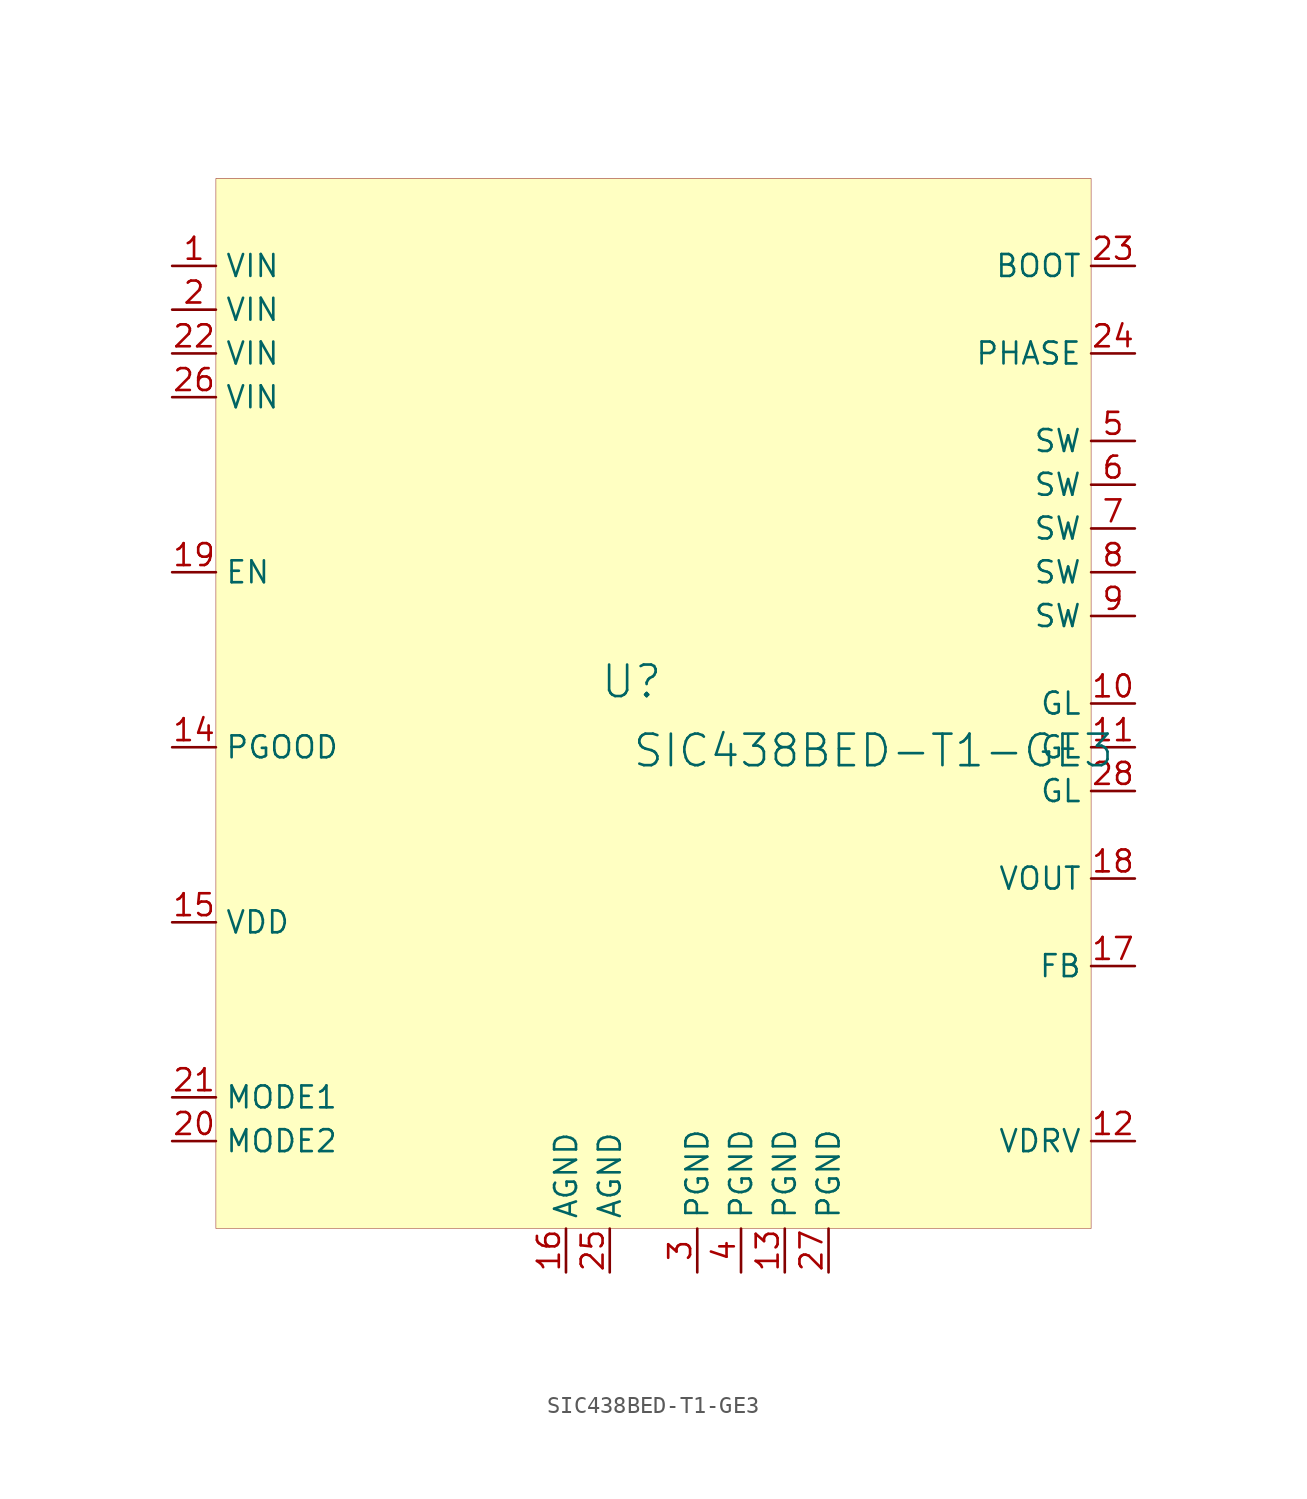
<source format=kicad_sym>
(kicad_symbol_lib
  (version 20231120)
  (generator "kicad_symbol_editor")
  (generator_version "8.0")
  (symbol "SIC438BED-T1-GE3"
    (property "Reference" "U"
      (at -1.27 1.27 0)
      (effects (font (size 1.829 1.829))))
    (property "Value" "SIC438BED-T1-GE3"
      (at -1.27 -3.81 0)
      (effects (font (size 1.829 1.829)) (justify left bottom)))
    (symbol "SIC438BED-T1-GE3_1_0"
      (rectangle (start 25.4 30.48) (end -25.4 -30.48) (stroke (width 0.025) (type solid) (color 128 0 0 1)) (fill (type background)))
      (pin power_in line (at -27.94 25.4 0) (length 2.54) (name "VIN" (effects (font (size 1.27 1.27)))) (number "1" (effects (font (size 1.27 1.27)))))
      (pin output line (at 27.94 0 180) (length 2.54) (name "GL" (effects (font (size 1.27 1.27)))) (number "10" (effects (font (size 1.27 1.27)))))
      (pin output line (at 27.94 -2.54 180) (length 2.54) (name "GL" (effects (font (size 1.27 1.27)))) (number "11" (effects (font (size 1.27 1.27)))))
      (pin power_in line (at 27.94 -25.4 180) (length 2.54) (name "VDRV" (effects (font (size 1.27 1.27)))) (number "12" (effects (font (size 1.27 1.27)))))
      (pin power_in line (at 7.62 -33.02 90) (length 2.54) (name "PGND" (effects (font (size 1.27 1.27)))) (number "13" (effects (font (size 1.27 1.27)))))
      (pin open_collector line (at -27.94 -2.54 0) (length 2.54) (name "PGOOD" (effects (font (size 1.27 1.27)))) (number "14" (effects (font (size 1.27 1.27)))))
      (pin power_in line (at -27.94 -12.7 0) (length 2.54) (name "VDD" (effects (font (size 1.27 1.27)))) (number "15" (effects (font (size 1.27 1.27)))))
      (pin power_in line (at -5.08 -33.02 90) (length 2.54) (name "AGND" (effects (font (size 1.27 1.27)))) (number "16" (effects (font (size 1.27 1.27)))))
      (pin input line (at 27.94 -15.24 180) (length 2.54) (name "FB" (effects (font (size 1.27 1.27)))) (number "17" (effects (font (size 1.27 1.27)))))
      (pin power_in line (at 27.94 -10.16 180) (length 2.54) (name "VOUT" (effects (font (size 1.27 1.27)))) (number "18" (effects (font (size 1.27 1.27)))))
      (pin input line (at -27.94 7.62 0) (length 2.54) (name "EN" (effects (font (size 1.27 1.27)))) (number "19" (effects (font (size 1.27 1.27)))))
      (pin power_in line (at -27.94 22.86 0) (length 2.54) (name "VIN" (effects (font (size 1.27 1.27)))) (number "2" (effects (font (size 1.27 1.27)))))
      (pin input line (at -27.94 -25.4 0) (length 2.54) (name "MODE2" (effects (font (size 1.27 1.27)))) (number "20" (effects (font (size 1.27 1.27)))))
      (pin input line (at -27.94 -22.86 0) (length 2.54) (name "MODE1" (effects (font (size 1.27 1.27)))) (number "21" (effects (font (size 1.27 1.27)))))
      (pin power_in line (at -27.94 20.32 0) (length 2.54) (name "VIN" (effects (font (size 1.27 1.27)))) (number "22" (effects (font (size 1.27 1.27)))))
      (pin power_in line (at 27.94 25.4 180) (length 2.54) (name "BOOT" (effects (font (size 1.27 1.27)))) (number "23" (effects (font (size 1.27 1.27)))))
      (pin power_in line (at 27.94 20.32 180) (length 2.54) (name "PHASE" (effects (font (size 1.27 1.27)))) (number "24" (effects (font (size 1.27 1.27)))))
      (pin power_in line (at -2.54 -33.02 90) (length 2.54) (name "AGND" (effects (font (size 1.27 1.27)))) (number "25" (effects (font (size 1.27 1.27)))))
      (pin power_in line (at -27.94 17.78 0) (length 2.54) (name "VIN" (effects (font (size 1.27 1.27)))) (number "26" (effects (font (size 1.27 1.27)))))
      (pin power_in line (at 10.16 -33.02 90) (length 2.54) (name "PGND" (effects (font (size 1.27 1.27)))) (number "27" (effects (font (size 1.27 1.27)))))
      (pin output line (at 27.94 -5.08 180) (length 2.54) (name "GL" (effects (font (size 1.27 1.27)))) (number "28" (effects (font (size 1.27 1.27)))))
      (pin power_in line (at 2.54 -33.02 90) (length 2.54) (name "PGND" (effects (font (size 1.27 1.27)))) (number "3" (effects (font (size 1.27 1.27)))))
      (pin power_in line (at 5.08 -33.02 90) (length 2.54) (name "PGND" (effects (font (size 1.27 1.27)))) (number "4" (effects (font (size 1.27 1.27)))))
      (pin power_in line (at 27.94 15.24 180) (length 2.54) (name "SW" (effects (font (size 1.27 1.27)))) (number "5" (effects (font (size 1.27 1.27)))))
      (pin power_in line (at 27.94 12.7 180) (length 2.54) (name "SW" (effects (font (size 1.27 1.27)))) (number "6" (effects (font (size 1.27 1.27)))))
      (pin power_in line (at 27.94 10.16 180) (length 2.54) (name "SW" (effects (font (size 1.27 1.27)))) (number "7" (effects (font (size 1.27 1.27)))))
      (pin power_in line (at 27.94 7.62 180) (length 2.54) (name "SW" (effects (font (size 1.27 1.27)))) (number "8" (effects (font (size 1.27 1.27)))))
      (pin power_in line (at 27.94 5.08 180) (length 2.54) (name "SW" (effects (font (size 1.27 1.27)))) (number "9" (effects (font (size 1.27 1.27))))))))
</source>
